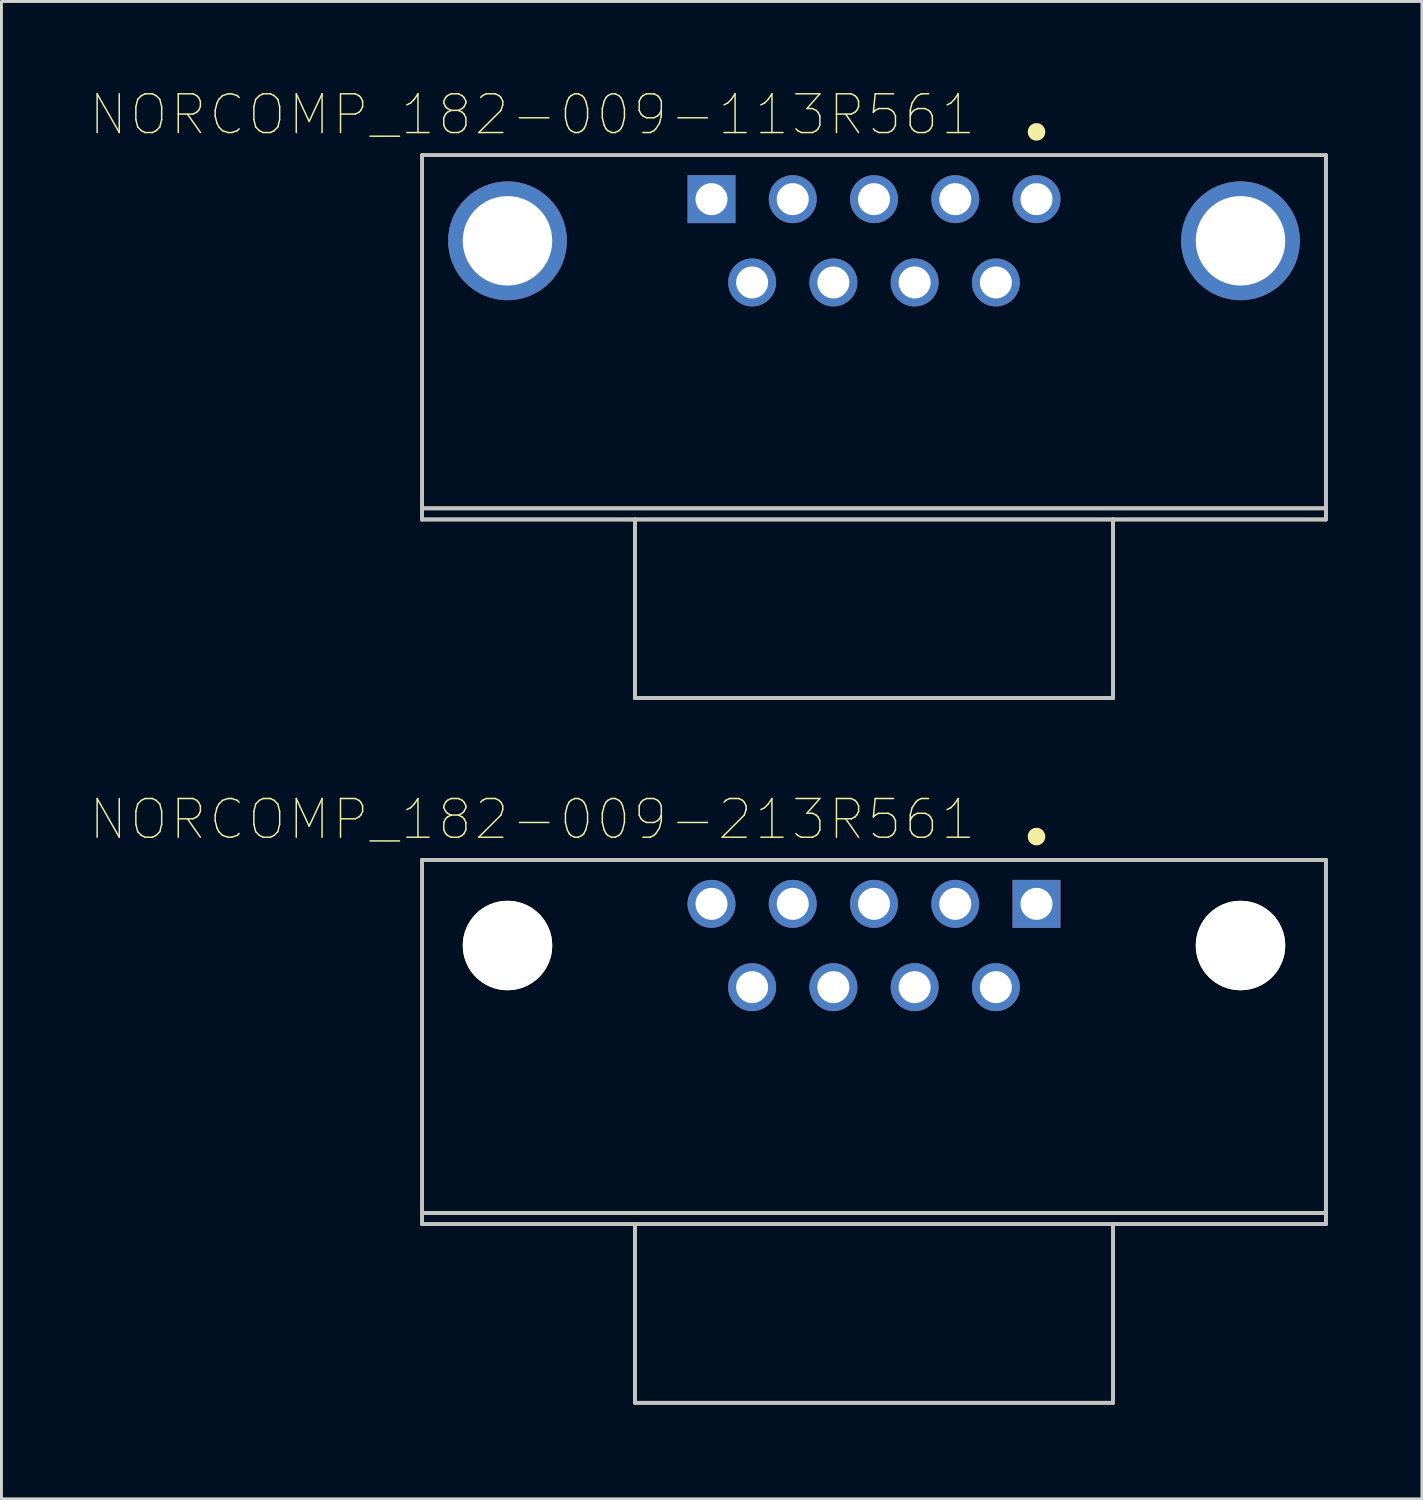
<source format=kicad_pcb>
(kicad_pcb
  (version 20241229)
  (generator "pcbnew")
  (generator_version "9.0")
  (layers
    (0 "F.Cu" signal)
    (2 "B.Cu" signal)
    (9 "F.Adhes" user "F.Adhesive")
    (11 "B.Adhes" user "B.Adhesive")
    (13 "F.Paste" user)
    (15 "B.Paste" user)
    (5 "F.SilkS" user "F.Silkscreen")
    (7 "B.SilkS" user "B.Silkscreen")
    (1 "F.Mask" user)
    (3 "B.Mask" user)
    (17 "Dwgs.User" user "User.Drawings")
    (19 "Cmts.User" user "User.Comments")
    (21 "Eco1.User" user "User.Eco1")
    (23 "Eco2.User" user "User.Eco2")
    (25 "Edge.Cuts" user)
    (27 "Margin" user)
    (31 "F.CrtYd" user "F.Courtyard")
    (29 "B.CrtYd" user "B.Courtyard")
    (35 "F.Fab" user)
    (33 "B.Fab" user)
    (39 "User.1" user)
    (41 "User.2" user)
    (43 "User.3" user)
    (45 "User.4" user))
  (footprint "NORCOMP_182-009-113R561"
    (layer "F.Cu")
    (at 26.747 5.16)
    (property "Reference" "NORCOMP_182-009-113R561" (at -11.651 -4.3 0) (layer "F.SilkS") (effects (font (size 1.32 1.32) (thickness 0.05))))
    (attr through_hole)
    (fp_line (start -15.405 -2.92) (end 15.405 -2.92) (stroke (width 0.127) (type solid)) (layer "F.SilkS"))
    (fp_line (start -15.405 9.12) (end -15.405 -2.92) (stroke (width 0.127) (type solid)) (layer "F.SilkS"))
    (fp_line (start -15.405 9.5) (end -15.405 9.12) (stroke (width 0.127) (type solid)) (layer "F.SilkS"))
    (fp_line (start -8.15 9.5) (end -15.405 9.5) (stroke (width 0.127) (type solid)) (layer "F.SilkS"))
    (fp_line (start -8.15 9.5) (end -8.15 15.59) (stroke (width 0.127) (type solid)) (layer "F.SilkS"))
    (fp_line (start -8.15 15.59) (end 8.15 15.59) (stroke (width 0.127) (type solid)) (layer "F.SilkS"))
    (fp_line (start 8.15 9.5) (end -8.15 9.5) (stroke (width 0.127) (type solid)) (layer "F.SilkS"))
    (fp_line (start 8.15 15.59) (end 8.15 9.5) (stroke (width 0.127) (type solid)) (layer "F.SilkS"))
    (fp_line (start 15.405 -2.92) (end 15.405 9.12) (stroke (width 0.127) (type solid)) (layer "F.SilkS"))
    (fp_line (start 15.405 9.12) (end -15.405 9.12) (stroke (width 0.127) (type solid)) (layer "F.SilkS"))
    (fp_line (start 15.405 9.12) (end 15.405 9.5) (stroke (width 0.127) (type solid)) (layer "F.SilkS"))
    (fp_line (start 15.405 9.5) (end 8.15 9.5) (stroke (width 0.127) (type solid)) (layer "F.SilkS"))
    (fp_circle (center 5.54 -3.714) (end 5.69 -3.714) (stroke (width 0.3) (type solid)) (fill no) (layer "F.SilkS"))
    (fp_line (start -15.405 -2.92) (end 15.405 -2.92) (stroke (width 0.127) (type solid)) (layer "Dwgs.User"))
    (fp_line (start -15.405 9.12) (end -15.405 -2.92) (stroke (width 0.127) (type solid)) (layer "Dwgs.User"))
    (fp_line (start -15.405 9.5) (end -15.405 9.12) (stroke (width 0.127) (type solid)) (layer "Dwgs.User"))
    (fp_line (start -8.15 9.5) (end -15.405 9.5) (stroke (width 0.127) (type solid)) (layer "Dwgs.User"))
    (fp_line (start -8.15 9.5) (end -8.15 15.59) (stroke (width 0.127) (type solid)) (layer "Dwgs.User"))
    (fp_line (start -8.15 15.59) (end 8.15 15.59) (stroke (width 0.127) (type solid)) (layer "Dwgs.User"))
    (fp_line (start 8.15 9.5) (end -8.15 9.5) (stroke (width 0.127) (type solid)) (layer "Dwgs.User"))
    (fp_line (start 8.15 15.59) (end 8.15 9.5) (stroke (width 0.127) (type solid)) (layer "Dwgs.User"))
    (fp_line (start 15.405 -2.92) (end 15.405 9.12) (stroke (width 0.127) (type solid)) (layer "Dwgs.User"))
    (fp_line (start 15.405 9.12) (end -15.405 9.12) (stroke (width 0.127) (type solid)) (layer "Dwgs.User"))
    (fp_line (start 15.405 9.12) (end 15.405 9.5) (stroke (width 0.127) (type solid)) (layer "Dwgs.User"))
    (fp_line (start 15.405 9.5) (end 8.15 9.5) (stroke (width 0.127) (type solid)) (layer "Dwgs.User"))
    (fp_line (start -15.655 -3.17) (end 15.655 -3.17) (stroke (width 0.05) (type solid)) (layer "Eco1.User"))
    (fp_line (start -15.655 9.75) (end -15.655 -3.17) (stroke (width 0.05) (type solid)) (layer "Eco1.User"))
    (fp_line (start -8.4 9.75) (end -15.655 9.75) (stroke (width 0.05) (type solid)) (layer "Eco1.User"))
    (fp_line (start -8.4 15.84) (end -8.4 9.75) (stroke (width 0.05) (type solid)) (layer "Eco1.User"))
    (fp_line (start 8.4 9.75) (end 8.4 15.84) (stroke (width 0.05) (type solid)) (layer "Eco1.User"))
    (fp_line (start 8.4 15.84) (end -8.4 15.84) (stroke (width 0.05) (type solid)) (layer "Eco1.User"))
    (fp_line (start 15.655 -3.17) (end 15.655 9.75) (stroke (width 0.05) (type solid)) (layer "Eco1.User"))
    (fp_line (start 15.655 9.75) (end 8.4 9.75) (stroke (width 0.05) (type solid)) (layer "Eco1.User"))
    (pad "1" thru_hole rect (at -5.54 -1.42) (size 1.635 1.635) (drill 1.09) (layers "*.Cu" "*.Mask"))
    (pad "2" thru_hole circle (at -2.77 -1.42) (size 1.635 1.635) (drill 1.09) (layers "*.Cu" "*.Mask"))
    (pad "3" thru_hole circle (at 0 -1.42) (size 1.635 1.635) (drill 1.09) (layers "*.Cu" "*.Mask"))
    (pad "4" thru_hole circle (at 2.77 -1.42) (size 1.635 1.635) (drill 1.09) (layers "*.Cu" "*.Mask"))
    (pad "5" thru_hole circle (at 5.54 -1.42) (size 1.635 1.635) (drill 1.09) (layers "*.Cu" "*.Mask"))
    (pad "6" thru_hole circle (at -4.155 1.42) (size 1.635 1.635) (drill 1.09) (layers "*.Cu" "*.Mask"))
    (pad "7" thru_hole circle (at -1.385 1.42) (size 1.635 1.635) (drill 1.09) (layers "*.Cu" "*.Mask"))
    (pad "8" thru_hole circle (at 1.385 1.42) (size 1.635 1.635) (drill 1.09) (layers "*.Cu" "*.Mask"))
    (pad "9" thru_hole circle (at 4.155 1.42) (size 1.635 1.635) (drill 1.09) (layers "*.Cu" "*.Mask"))
    (pad "Hole" thru_hole circle (at -12.495 0) (size 4.05 4.05) (drill 3.05) (layers "*.Cu" "*.Mask"))
    (pad "Hole" thru_hole circle (at 12.495 0) (size 4.05 4.05) (drill 3.05) (layers "*.Cu" "*.Mask")))
  (footprint "NORCOMP_182-009-213R561"
    (layer "F.Cu")
    (at 26.747 29.185)
    (property "Reference" "NORCOMP_182-009-213R561" (at -11.651 -4.3 0) (layer "F.SilkS") (effects (font (size 1.32 1.32) (thickness 0.05))))
    (attr through_hole)
    (fp_line (start -15.405 -2.92) (end 15.405 -2.92) (stroke (width 0.127) (type solid)) (layer "F.SilkS"))
    (fp_line (start -15.405 9.12) (end -15.405 -2.92) (stroke (width 0.127) (type solid)) (layer "F.SilkS"))
    (fp_line (start -15.405 9.5) (end -15.405 9.12) (stroke (width 0.127) (type solid)) (layer "F.SilkS"))
    (fp_line (start -8.15 9.5) (end -15.405 9.5) (stroke (width 0.127) (type solid)) (layer "F.SilkS"))
    (fp_line (start -8.15 9.5) (end -8.15 15.59) (stroke (width 0.127) (type solid)) (layer "F.SilkS"))
    (fp_line (start -8.15 15.59) (end 8.15 15.59) (stroke (width 0.127) (type solid)) (layer "F.SilkS"))
    (fp_line (start 8.15 9.5) (end -8.15 9.5) (stroke (width 0.127) (type solid)) (layer "F.SilkS"))
    (fp_line (start 8.15 15.59) (end 8.15 9.5) (stroke (width 0.127) (type solid)) (layer "F.SilkS"))
    (fp_line (start 15.405 -2.92) (end 15.405 9.12) (stroke (width 0.127) (type solid)) (layer "F.SilkS"))
    (fp_line (start 15.405 9.12) (end -15.405 9.12) (stroke (width 0.127) (type solid)) (layer "F.SilkS"))
    (fp_line (start 15.405 9.12) (end 15.405 9.5) (stroke (width 0.127) (type solid)) (layer "F.SilkS"))
    (fp_line (start 15.405 9.5) (end 8.15 9.5) (stroke (width 0.127) (type solid)) (layer "F.SilkS"))
    (fp_circle (center 5.54 -3.714) (end 5.69 -3.714) (stroke (width 0.3) (type solid)) (fill no) (layer "F.SilkS"))
    (fp_line (start -15.405 -2.92) (end 15.405 -2.92) (stroke (width 0.127) (type solid)) (layer "Dwgs.User"))
    (fp_line (start -15.405 9.12) (end -15.405 -2.92) (stroke (width 0.127) (type solid)) (layer "Dwgs.User"))
    (fp_line (start -15.405 9.5) (end -15.405 9.12) (stroke (width 0.127) (type solid)) (layer "Dwgs.User"))
    (fp_line (start -8.15 9.5) (end -15.405 9.5) (stroke (width 0.127) (type solid)) (layer "Dwgs.User"))
    (fp_line (start -8.15 9.5) (end -8.15 15.59) (stroke (width 0.127) (type solid)) (layer "Dwgs.User"))
    (fp_line (start -8.15 15.59) (end 8.15 15.59) (stroke (width 0.127) (type solid)) (layer "Dwgs.User"))
    (fp_line (start 8.15 9.5) (end -8.15 9.5) (stroke (width 0.127) (type solid)) (layer "Dwgs.User"))
    (fp_line (start 8.15 15.59) (end 8.15 9.5) (stroke (width 0.127) (type solid)) (layer "Dwgs.User"))
    (fp_line (start 15.405 -2.92) (end 15.405 9.12) (stroke (width 0.127) (type solid)) (layer "Dwgs.User"))
    (fp_line (start 15.405 9.12) (end -15.405 9.12) (stroke (width 0.127) (type solid)) (layer "Dwgs.User"))
    (fp_line (start 15.405 9.12) (end 15.405 9.5) (stroke (width 0.127) (type solid)) (layer "Dwgs.User"))
    (fp_line (start 15.405 9.5) (end 8.15 9.5) (stroke (width 0.127) (type solid)) (layer "Dwgs.User"))
    (fp_line (start -15.655 -3.17) (end 15.655 -3.17) (stroke (width 0.05) (type solid)) (layer "Eco1.User"))
    (fp_line (start -15.655 9.75) (end -15.655 -3.17) (stroke (width 0.05) (type solid)) (layer "Eco1.User"))
    (fp_line (start -8.4 9.75) (end -15.655 9.75) (stroke (width 0.05) (type solid)) (layer "Eco1.User"))
    (fp_line (start -8.4 15.84) (end -8.4 9.75) (stroke (width 0.05) (type solid)) (layer "Eco1.User"))
    (fp_line (start 8.4 9.75) (end 8.4 15.84) (stroke (width 0.05) (type solid)) (layer "Eco1.User"))
    (fp_line (start 8.4 15.84) (end -8.4 15.84) (stroke (width 0.05) (type solid)) (layer "Eco1.User"))
    (fp_line (start 15.655 -3.17) (end 15.655 9.75) (stroke (width 0.05) (type solid)) (layer "Eco1.User"))
    (fp_line (start 15.655 9.75) (end 8.4 9.75) (stroke (width 0.05) (type solid)) (layer "Eco1.User"))
    (pad "" np_thru_hole circle (at -12.495 0) (size 3.05 3.05) (drill 3.05) (layers "*.Cu" "*.Mask" "F.SilkS"))
    (pad "" np_thru_hole circle (at 12.495 0) (size 3.05 3.05) (drill 3.05) (layers "*.Cu" "*.Mask" "F.SilkS"))
    (pad "1" thru_hole rect (at 5.54 -1.42) (size 1.635 1.635) (drill 1.09) (layers "*.Cu" "*.Mask"))
    (pad "2" thru_hole circle (at 2.77 -1.42) (size 1.635 1.635) (drill 1.09) (layers "*.Cu" "*.Mask"))
    (pad "3" thru_hole circle (at 0 -1.42) (size 1.635 1.635) (drill 1.09) (layers "*.Cu" "*.Mask"))
    (pad "4" thru_hole circle (at -2.77 -1.42) (size 1.635 1.635) (drill 1.09) (layers "*.Cu" "*.Mask"))
    (pad "5" thru_hole circle (at -5.54 -1.42) (size 1.635 1.635) (drill 1.09) (layers "*.Cu" "*.Mask"))
    (pad "6" thru_hole circle (at 4.155 1.42) (size 1.635 1.635) (drill 1.09) (layers "*.Cu" "*.Mask"))
    (pad "7" thru_hole circle (at 1.385 1.42) (size 1.635 1.635) (drill 1.09) (layers "*.Cu" "*.Mask"))
    (pad "8" thru_hole circle (at -1.385 1.42) (size 1.635 1.635) (drill 1.09) (layers "*.Cu" "*.Mask"))
    (pad "9" thru_hole circle (at -4.155 1.42) (size 1.635 1.635) (drill 1.09) (layers "*.Cu" "*.Mask")))
  (gr_rect
    (start -3 -3)
    (end 45.427 48.05)
    (stroke (width 0.1) (type default))
    (fill no)
    (layer "Edge.Cuts")))
</source>
